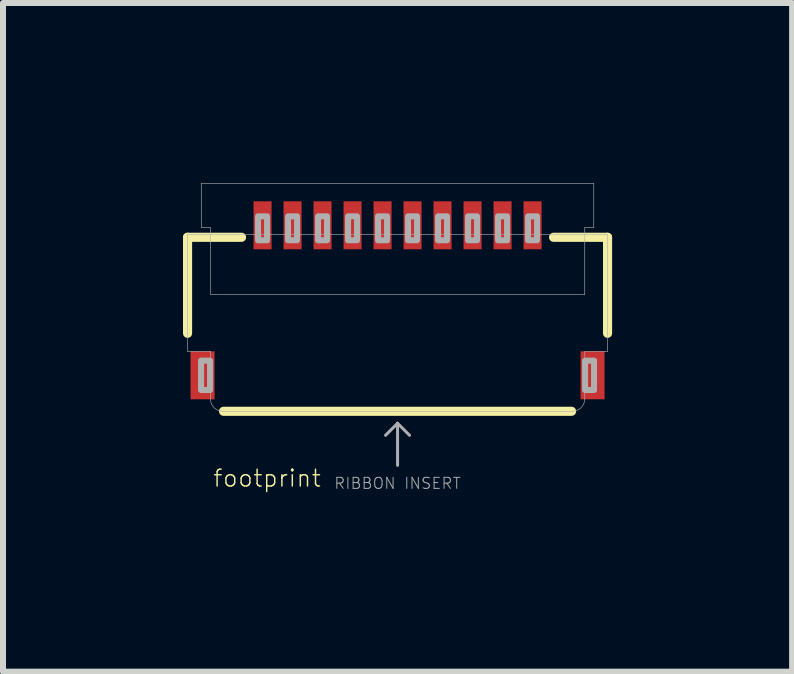
<source format=kicad_pcb>
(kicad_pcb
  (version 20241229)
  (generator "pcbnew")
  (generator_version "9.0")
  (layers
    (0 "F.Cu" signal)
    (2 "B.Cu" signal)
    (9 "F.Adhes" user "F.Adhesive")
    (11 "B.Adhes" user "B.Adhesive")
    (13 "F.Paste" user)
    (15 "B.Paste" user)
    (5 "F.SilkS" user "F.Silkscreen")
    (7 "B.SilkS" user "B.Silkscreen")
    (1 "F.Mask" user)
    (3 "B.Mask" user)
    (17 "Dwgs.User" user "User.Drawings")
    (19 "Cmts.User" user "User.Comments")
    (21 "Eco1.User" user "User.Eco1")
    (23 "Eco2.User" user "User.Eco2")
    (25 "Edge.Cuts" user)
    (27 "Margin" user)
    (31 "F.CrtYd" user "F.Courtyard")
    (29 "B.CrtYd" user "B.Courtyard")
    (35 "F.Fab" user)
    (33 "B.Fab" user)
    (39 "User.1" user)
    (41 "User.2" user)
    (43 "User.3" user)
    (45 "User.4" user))
  (footprint "footprint"
    (layer "F.Cu")
    (at 3.586 0.685)
    (property "Reference" "footprint" (at -3.1 4.4 0) (layer "F.SilkS") (effects (font (size 0.28 0.28) (thickness 0.024)) (justify left bottom)))
    (fp_line (start -3.51 0.22) (end -3.51 1.82) (stroke (width 0.152) (type solid)) (layer "F.SilkS"))
    (fp_line (start -3.51 0.22) (end -2.61 0.22) (stroke (width 0.152) (type solid)) (layer "F.SilkS"))
    (fp_line (start -2.91 3.12) (end 2.89 3.12) (stroke (width 0.152) (type solid)) (layer "F.SilkS"))
    (fp_line (start 3.49 0.22) (end 2.59 0.22) (stroke (width 0.152) (type solid)) (layer "F.SilkS"))
    (fp_line (start 3.49 0.22) (end 3.49 1.82) (stroke (width 0.152) (type solid)) (layer "F.SilkS"))
    (fp_line (start -3.51 0.17) (end -3.51 2.12) (stroke (width 0.01) (type solid)) (layer "F.Fab"))
    (fp_line (start -3.51 0.17) (end -3.13 0.17) (stroke (width 0.01) (type solid)) (layer "F.Fab"))
    (fp_line (start -3.28 -0.68) (end -3.28 0.06) (stroke (width 0.01) (type solid)) (layer "F.Fab"))
    (fp_line (start -3.28 -0.68) (end 3.26 -0.68) (stroke (width 0.01) (type solid)) (layer "F.Fab"))
    (fp_line (start -3.13 0.06) (end -3.28 0.06) (stroke (width 0.01) (type solid)) (layer "F.Fab"))
    (fp_line (start -3.13 0.17) (end -3.13 0.06) (stroke (width 0.01) (type solid)) (layer "F.Fab"))
    (fp_line (start -3.13 0.17) (end 3.11 0.17) (stroke (width 0.01) (type solid)) (layer "F.Fab"))
    (fp_line (start -3.13 1.17) (end -3.13 0.17) (stroke (width 0.01) (type solid)) (layer "F.Fab"))
    (fp_line (start -3.13 1.17) (end 3.11 1.17) (stroke (width 0.01) (type solid)) (layer "F.Fab"))
    (fp_line (start -3.13 2.12) (end -3.51 2.12) (stroke (width 0.01) (type solid)) (layer "F.Fab"))
    (fp_line (start -3.13 2.92) (end -3.13 2.12) (stroke (width 0.01) (type solid)) (layer "F.Fab"))
    (fp_line (start -0.01 3.32) (end -0.21 3.52) (stroke (width 0.05) (type solid)) (layer "F.Fab"))
    (fp_line (start -0.01 3.32) (end 0.19 3.52) (stroke (width 0.05) (type solid)) (layer "F.Fab"))
    (fp_line (start -0.01 4.02) (end -0.01 3.32) (stroke (width 0.05) (type solid)) (layer "F.Fab"))
    (fp_line (start 2.9 3.12) (end -2.92 3.12) (stroke (width 0.01) (type solid)) (layer "F.Fab"))
    (fp_line (start 3.11 0.06) (end 3.26 0.06) (stroke (width 0.01) (type solid)) (layer "F.Fab"))
    (fp_line (start 3.11 0.17) (end 3.11 0.06) (stroke (width 0.01) (type solid)) (layer "F.Fab"))
    (fp_line (start 3.11 0.17) (end 3.49 0.17) (stroke (width 0.01) (type solid)) (layer "F.Fab"))
    (fp_line (start 3.11 1.17) (end 3.11 0.17) (stroke (width 0.01) (type solid)) (layer "F.Fab"))
    (fp_line (start 3.11 2.92) (end 3.11 2.12) (stroke (width 0.01) (type solid)) (layer "F.Fab"))
    (fp_line (start 3.26 0.06) (end 3.26 -0.68) (stroke (width 0.01) (type solid)) (layer "F.Fab"))
    (fp_line (start 3.49 0.17) (end 3.49 2.12) (stroke (width 0.01) (type solid)) (layer "F.Fab"))
    (fp_line (start 3.49 2.12) (end 3.11 2.12) (stroke (width 0.01) (type solid)) (layer "F.Fab"))
    (fp_arc (start -2.919999 3.119999) (mid -3.06542 3.062442) (end -3.13 2.92) (stroke (width 0.01) (type solid)) (layer "F.Fab"))
    (fp_arc (start 3.11 2.92) (mid 3.04542 3.062442) (end 2.899999 3.119999) (stroke (width 0.01) (type solid)) (layer "F.Fab"))
    (fp_poly (pts (xy -3.285 2.765) (xy -3.135 2.765) (xy -3.135 2.275) (xy -3.285 2.275)) (stroke (width 0.1) (type solid)) (fill no) (layer "F.Fab"))
    (fp_poly (pts (xy -2.335 0.27) (xy -2.185 0.27) (xy -2.185 -0.13) (xy -2.335 -0.13)) (stroke (width 0.1) (type solid)) (fill no) (layer "F.Fab"))
    (fp_poly (pts (xy -1.835 0.27) (xy -1.685 0.27) (xy -1.685 -0.13) (xy -1.835 -0.13)) (stroke (width 0.1) (type solid)) (fill no) (layer "F.Fab"))
    (fp_poly (pts (xy -1.335 0.27) (xy -1.185 0.27) (xy -1.185 -0.13) (xy -1.335 -0.13)) (stroke (width 0.1) (type solid)) (fill no) (layer "F.Fab"))
    (fp_poly (pts (xy -0.835 0.27) (xy -0.685 0.27) (xy -0.685 -0.13) (xy -0.835 -0.13)) (stroke (width 0.1) (type solid)) (fill no) (layer "F.Fab"))
    (fp_poly (pts (xy -0.335 0.27) (xy -0.185 0.27) (xy -0.185 -0.13) (xy -0.335 -0.13)) (stroke (width 0.1) (type solid)) (fill no) (layer "F.Fab"))
    (fp_poly (pts (xy 0.165 0.27) (xy 0.315 0.27) (xy 0.315 -0.13) (xy 0.165 -0.13)) (stroke (width 0.1) (type solid)) (fill no) (layer "F.Fab"))
    (fp_poly (pts (xy 0.665 0.27) (xy 0.815 0.27) (xy 0.815 -0.13) (xy 0.665 -0.13)) (stroke (width 0.1) (type solid)) (fill no) (layer "F.Fab"))
    (fp_poly (pts (xy 1.165 0.27) (xy 1.315 0.27) (xy 1.315 -0.13) (xy 1.165 -0.13)) (stroke (width 0.1) (type solid)) (fill no) (layer "F.Fab"))
    (fp_poly (pts (xy 1.665 0.27) (xy 1.815 0.27) (xy 1.815 -0.13) (xy 1.665 -0.13)) (stroke (width 0.1) (type solid)) (fill no) (layer "F.Fab"))
    (fp_poly (pts (xy 2.165 0.27) (xy 2.315 0.27) (xy 2.315 -0.13) (xy 2.165 -0.13)) (stroke (width 0.1) (type solid)) (fill no) (layer "F.Fab"))
    (fp_poly (pts (xy 3.115 2.765) (xy 3.265 2.765) (xy 3.265 2.275) (xy 3.115 2.275)) (stroke (width 0.1) (type solid)) (fill no) (layer "F.Fab"))
    (fp_text user "RIBBON INSERT" (at -0.01 4.32 0) (layer "F.Fab") (effects (font (size 0.184 0.184) (thickness 0.016))))
    (pad "1" smd rect (at -2.26 0.02) (size 0.3 0.8) (layers "F.Cu" "F.Mask"))
    (pad "2" smd rect (at -1.76 0.02) (size 0.3 0.8) (layers "F.Cu" "F.Mask"))
    (pad "3" smd rect (at -1.26 0.02) (size 0.3 0.8) (layers "F.Cu" "F.Mask"))
    (pad "4" smd rect (at -0.76 0.02) (size 0.3 0.8) (layers "F.Cu" "F.Mask"))
    (pad "5" smd rect (at -0.26 0.02) (size 0.3 0.8) (layers "F.Cu" "F.Mask"))
    (pad "6" smd rect (at 0.24 0.02) (size 0.3 0.8) (layers "F.Cu" "F.Mask"))
    (pad "7" smd rect (at 0.74 0.02) (size 0.3 0.8) (layers "F.Cu" "F.Mask"))
    (pad "8" smd rect (at 1.24 0.02) (size 0.3 0.8) (layers "F.Cu" "F.Mask"))
    (pad "9" smd rect (at 1.74 0.02) (size 0.3 0.8) (layers "F.Cu" "F.Mask"))
    (pad "10" smd rect (at 2.24 0.02) (size 0.3 0.8) (layers "F.Cu" "F.Mask"))
    (pad "MP1" smd rect (at -3.26 2.52) (size 0.4 0.8) (layers "F.Cu" "F.Mask" "F.Paste"))
    (pad "MP2" smd rect (at 3.24 2.52) (size 0.4 0.8) (layers "F.Cu" "F.Mask" "F.Paste")))
  (gr_rect
    (start -3 -3)
    (end 10.152 8.145)
    (stroke (width 0.1) (type default))
    (fill no)
    (layer "Edge.Cuts")))
</source>
